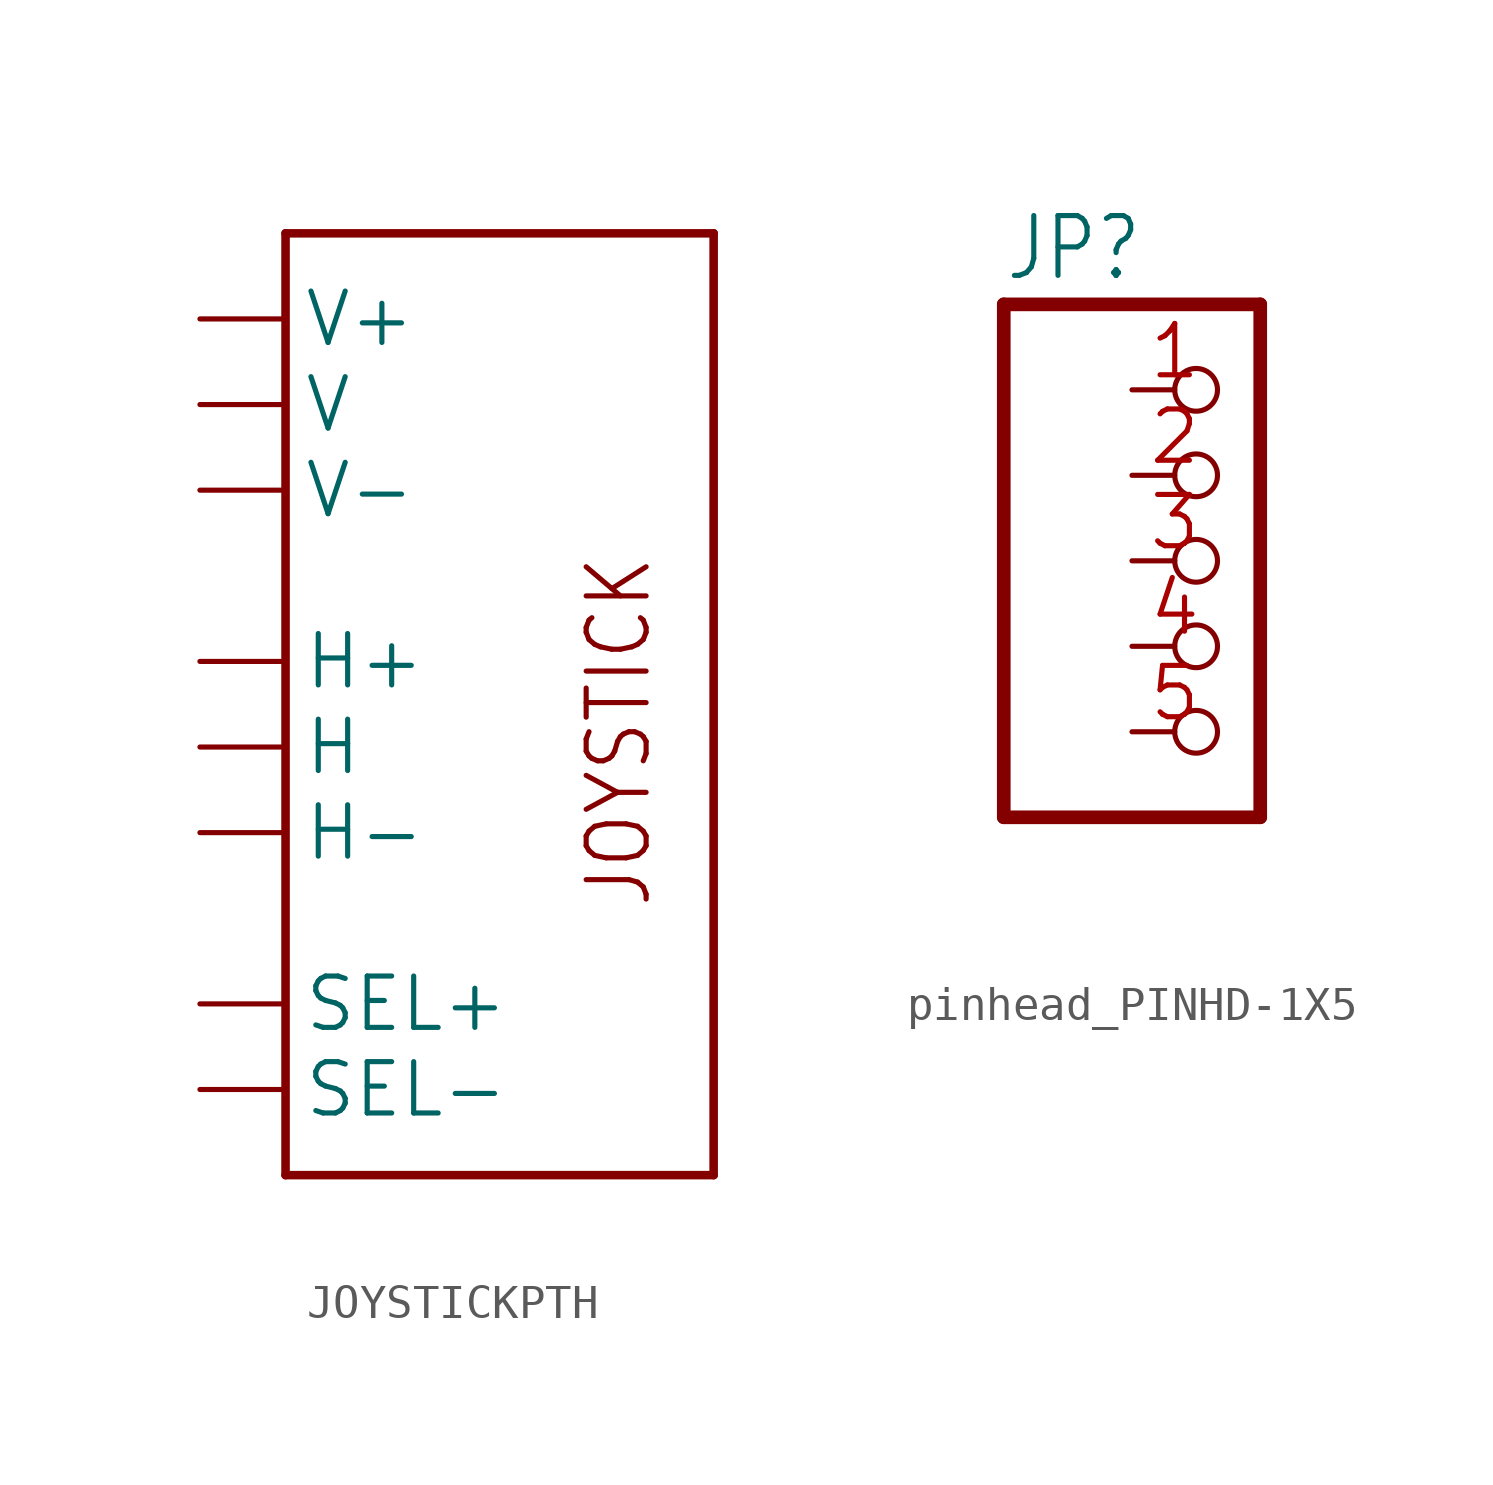
<source format=kicad_sym>
(kicad_symbol_lib
  (version 20241209)
  (generator "kicad_symbol_editor")
  (generator_version "9.0")
  (symbol "JOYSTICKPTH"
    (property "Reference" "U"
      (at -7.62 13.462 0)
      (effects (font (size 1.778 1.511)) (justify left bottom) (hide yes)))
    (property "ki_locked" ""
      (at 0 0 0)
      (effects (font (size 1.27 1.27))))
    (symbol "JOYSTICKPTH_1_0"
      (polyline (pts (xy -7.62 12.7) (xy 5.08 12.7)) (stroke (width 0.254) (type solid)) (fill (type none)))
      (polyline (pts (xy -7.62 -15.24) (xy -7.62 12.7)) (stroke (width 0.254) (type solid)) (fill (type none)))
      (polyline (pts (xy 5.08 12.7) (xy 5.08 -15.24)) (stroke (width 0.254) (type solid)) (fill (type none)))
      (polyline (pts (xy 5.08 -15.24) (xy -7.62 -15.24)) (stroke (width 0.254) (type solid)) (fill (type none)))
      (text "JOYSTICK" (at 3.302 -7.366 900) (effects (font (size 1.778 1.511)) (justify left bottom)))
      (pin bidirectional line (at -10.16 10.16 0) (length 2.54) (name "V+" (effects (font (size 1.524 1.524)))) (number "V1" (effects (font (size 0 0)))))
      (pin bidirectional line (at -10.16 7.62 0) (length 2.54) (name "V" (effects (font (size 1.524 1.524)))) (number "V2" (effects (font (size 0 0)))))
      (pin bidirectional line (at -10.16 5.08 0) (length 2.54) (name "V-" (effects (font (size 1.524 1.524)))) (number "V3" (effects (font (size 0 0)))))
      (pin bidirectional line (at -10.16 0 0) (length 2.54) (name "H+" (effects (font (size 1.524 1.524)))) (number "H1" (effects (font (size 0 0)))))
      (pin bidirectional line (at -10.16 -2.54 0) (length 2.54) (name "H" (effects (font (size 1.524 1.524)))) (number "H2" (effects (font (size 0 0)))))
      (pin bidirectional line (at -10.16 -5.08 0) (length 2.54) (name "H-" (effects (font (size 1.524 1.524)))) (number "H3" (effects (font (size 0 0)))))
      (pin bidirectional line (at -10.16 -10.16 0) (length 2.54) (name "SEL+" (effects (font (size 1.524 1.524)))) (number "B1A" (effects (font (size 0 0)))))
      (pin bidirectional line (at -10.16 -12.7 0) (length 2.54) (name "SEL-" (effects (font (size 1.524 1.524)))) (number "B2A" (effects (font (size 0 0)))))))
  (symbol "pinhead_PINHD-1X5"
    (property "Reference" "JP"
      (at -6.35 8.255 0)
      (effects (font (size 1.778 1.511)) (justify left bottom)))
    (property "Value" ""
      (at -6.35 -10.16 0)
      (effects (font (size 1.778 1.511)) (justify left bottom)))
    (property "ki_locked" ""
      (at 0 0 0)
      (effects (font (size 1.27 1.27))))
    (symbol "pinhead_PINHD-1X5_1_0"
      (polyline (pts (xy -6.35 7.62) (xy -6.35 -7.62)) (stroke (width 0.406) (type solid)) (fill (type none)))
      (polyline (pts (xy -6.35 -7.62) (xy 1.27 -7.62)) (stroke (width 0.406) (type solid)) (fill (type none)))
      (polyline (pts (xy 1.27 7.62) (xy -6.35 7.62)) (stroke (width 0.406) (type solid)) (fill (type none)))
      (polyline (pts (xy 1.27 -7.62) (xy 1.27 7.62)) (stroke (width 0.406) (type solid)) (fill (type none)))
      (pin passive inverted (at -2.54 5.08 0) (length 2.54) (name "1" (effects (font (size 0 0)))) (number "1" (effects (font (size 1.524 1.524)))))
      (pin passive inverted (at -2.54 2.54 0) (length 2.54) (name "2" (effects (font (size 0 0)))) (number "2" (effects (font (size 1.524 1.524)))))
      (pin passive inverted (at -2.54 0 0) (length 2.54) (name "3" (effects (font (size 0 0)))) (number "3" (effects (font (size 1.524 1.524)))))
      (pin passive inverted (at -2.54 -2.54 0) (length 2.54) (name "4" (effects (font (size 0 0)))) (number "4" (effects (font (size 1.524 1.524)))))
      (pin passive inverted (at -2.54 -5.08 0) (length 2.54) (name "5" (effects (font (size 0 0)))) (number "5" (effects (font (size 1.524 1.524))))))))
</source>
